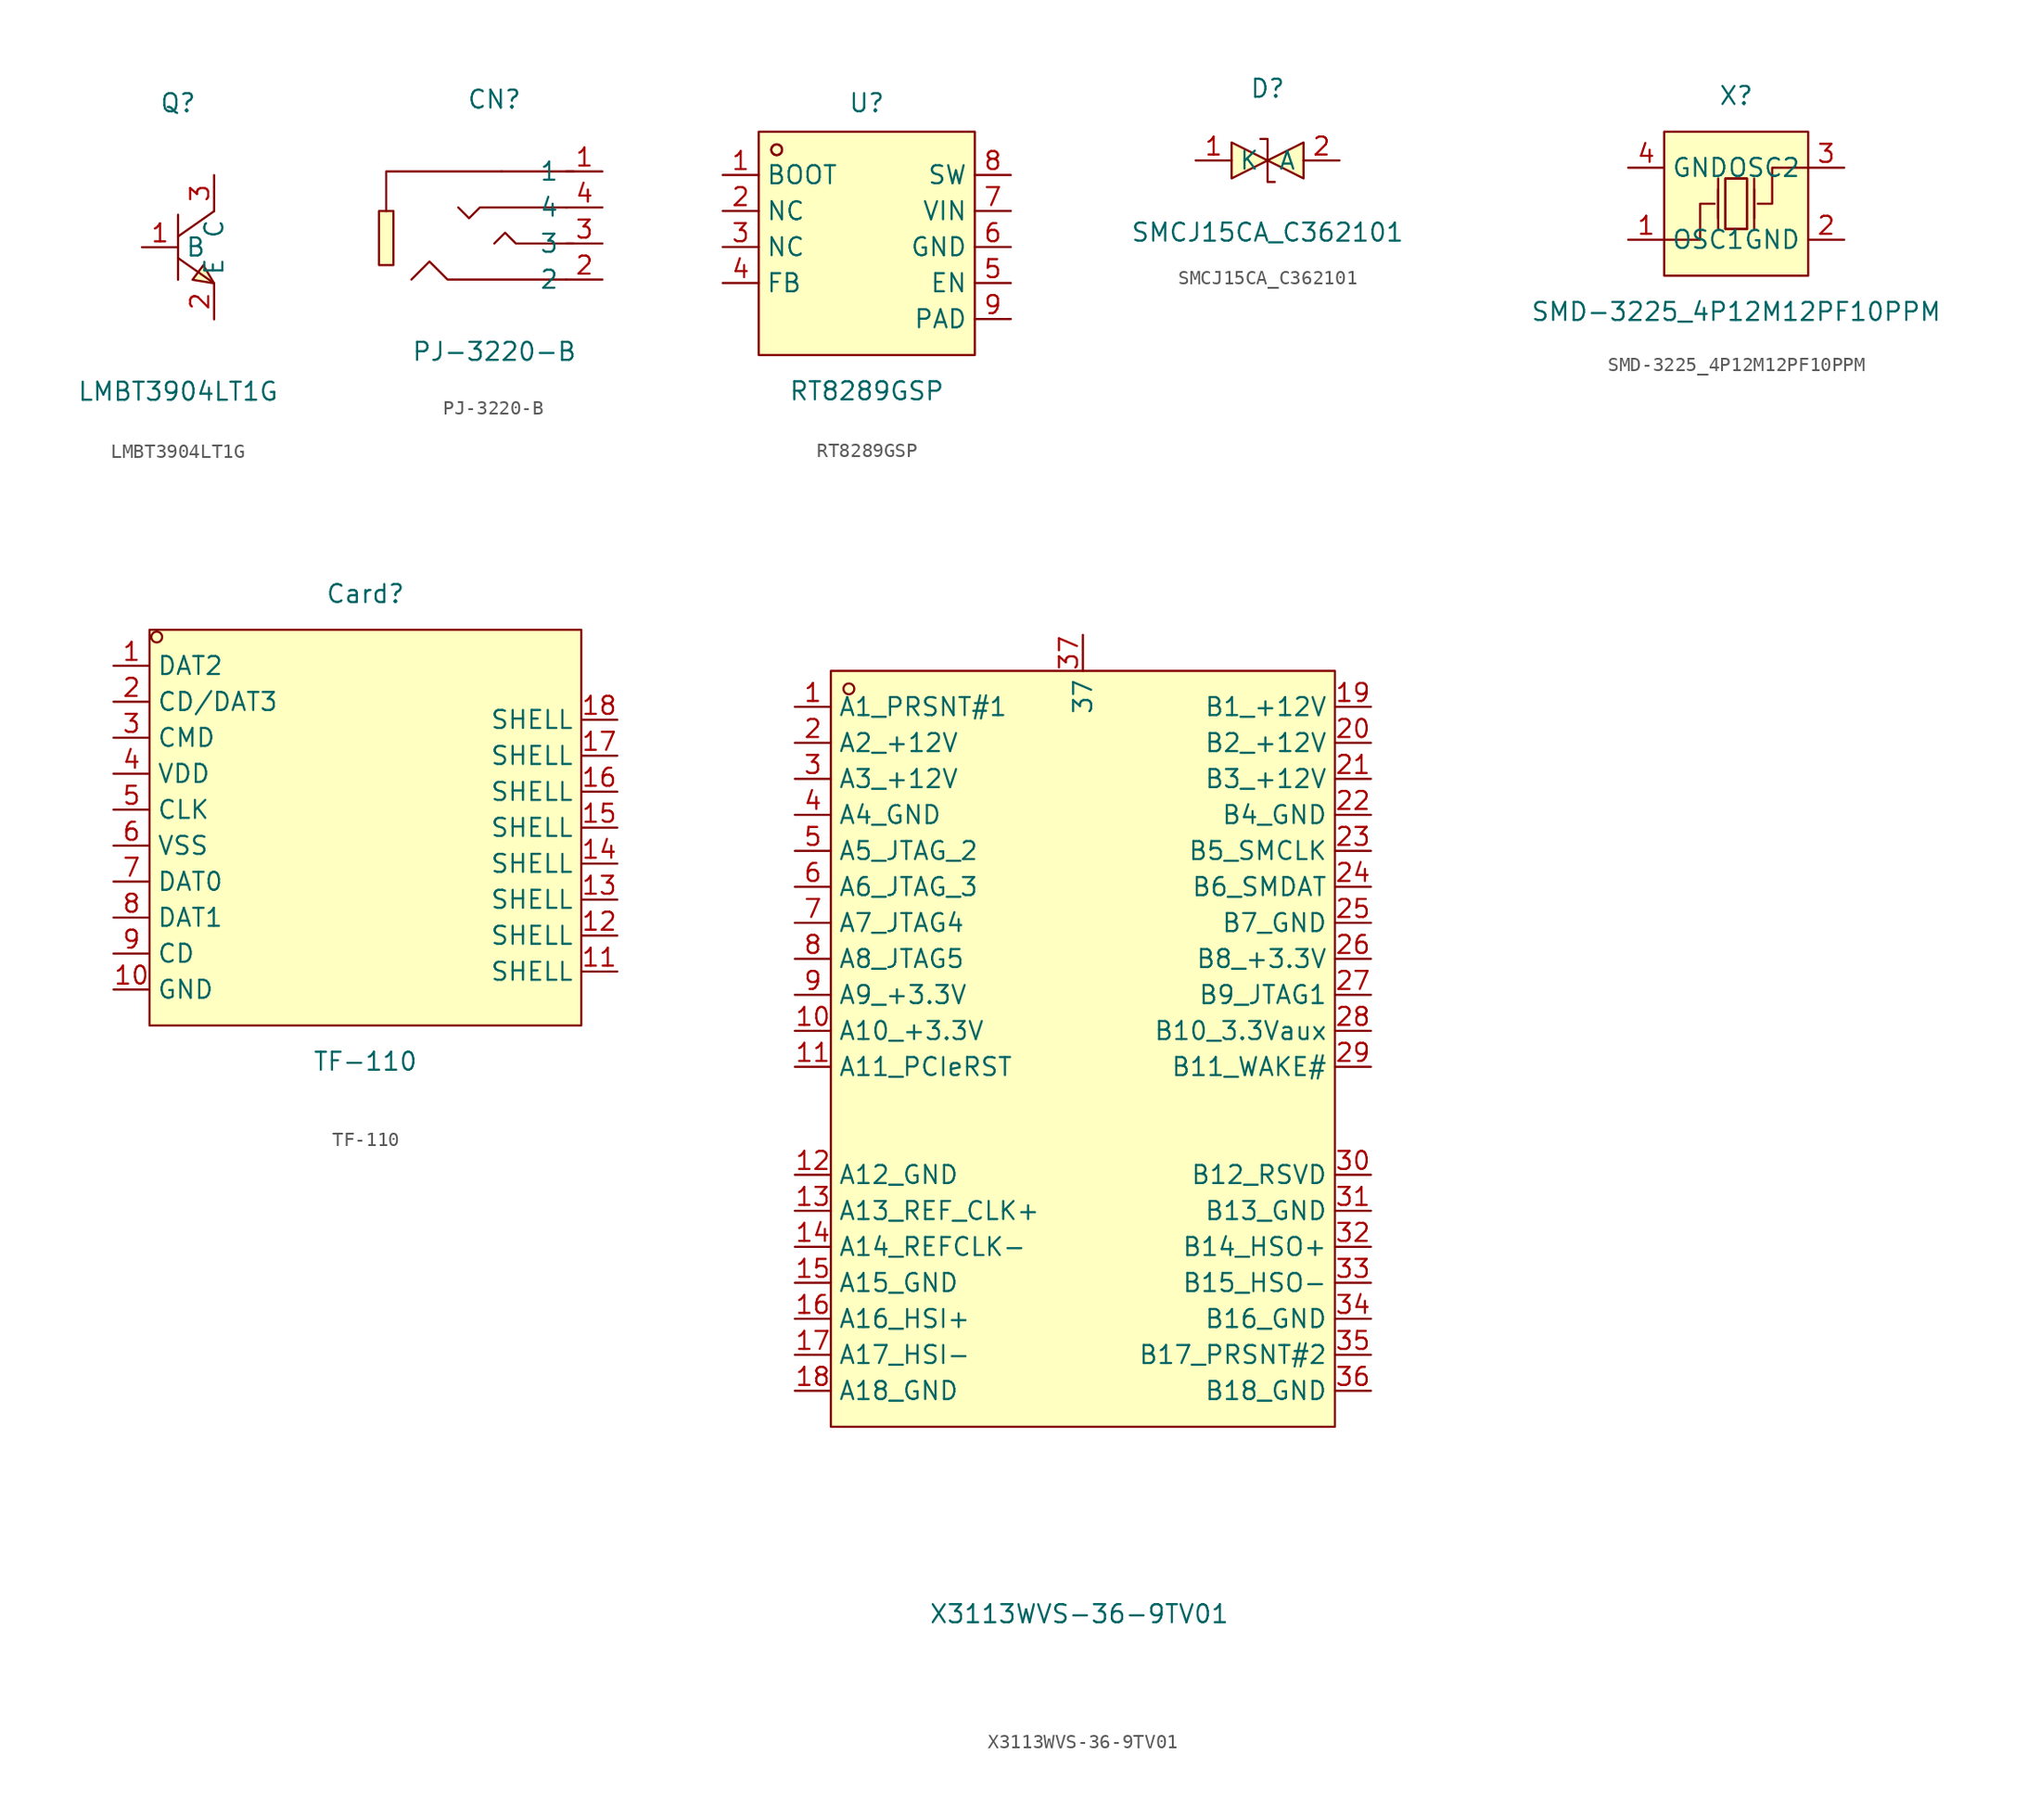
<source format=kicad_sym>
(kicad_symbol_lib
  (version 20241209)
  (generator "kicad_symbol_editor")
  (generator_version "9.0")
  (symbol "LMBT3904LT1G"
    (property "Reference" "Q"
      (at 0 10.16 0)
      (effects (font (size 1.27 1.27))))
    (property "Value" "LMBT3904LT1G"
      (at 0 -10.16 0)
      (effects (font (size 1.27 1.27))))
    (symbol "LMBT3904LT1G_0_1"
      (polyline (pts (xy 2.54 2.54) (xy 0.00 0.76)) (stroke (width 0) (type default) (color 0 0 0 0)) (fill (type none)))
      (polyline (pts (xy 0.00 -0.76) (xy 2.54 -2.54)) (stroke (width 0) (type default) (color 0 0 0 0)) (fill (type none)))
      (polyline (pts (xy 0.00 2.29) (xy 0.00 -2.29)) (stroke (width 0) (type default) (color 0 0 0 0)) (fill (type none)))
      (polyline (pts (xy 2.54 -2.54) (xy 1.78 -1.27) (xy 1.02 -2.29) (xy 2.54 -2.54)) (stroke (width 0) (type default) (color 0 0 0 0)) (fill (type background)))
      (pin unspecified line (at 2.54 5.08 270) (length 2.54) (name "C" (effects (font (size 1.27 1.27)))) (number "3" (effects (font (size 1.27 1.27)))))
      (pin unspecified line (at -2.54 -0.00 0) (length 2.54) (name "B" (effects (font (size 1.27 1.27)))) (number "1" (effects (font (size 1.27 1.27)))))
      (pin unspecified line (at 2.54 -5.08 90) (length 2.54) (name "E" (effects (font (size 1.27 1.27)))) (number "2" (effects (font (size 1.27 1.27)))))))
  (symbol "PJ-3220-B"
    (property "Reference" "CN"
      (at 0 8.89 0)
      (effects (font (size 1.27 1.27))))
    (property "Value" "PJ-3220-B"
      (at 0 -8.89 0)
      (effects (font (size 1.27 1.27))))
    (symbol "PJ-3220-B_0_1"
      (rectangle (start -8.13 1.02) (end -7.11 -2.79) (stroke (width 0) (type default)) (fill (type background)))
      (polyline (pts (xy 0.51 3.81) (xy -7.62 3.81) (xy -7.62 1.02)) (stroke (width 0) (type default)) (fill (type none)))
      (polyline (pts (xy 5.08 1.27) (xy -1.02 1.27) (xy -1.78 0.51) (xy -2.54 1.27)) (stroke (width 0) (type default)) (fill (type none)))
      (polyline (pts (xy 5.08 -3.81) (xy -3.3 -3.81) (xy -4.57 -2.54) (xy -5.84 -3.81)) (stroke (width 0) (type default)) (fill (type none)))
      (polyline (pts (xy 5.59 3.81) (xy 0.51 3.81)) (stroke (width 0) (type default)) (fill (type none)))
      (polyline (pts (xy 5.59 -1.27) (xy 1.52 -1.27) (xy 0.76 -0.51) (xy 0 -1.27)) (stroke (width 0) (type default)) (fill (type none)))
      (pin unspecified line (at 7.62 3.81 180) (length 2.54) (name "1" (effects (font (size 1.27 1.27)))) (number "1" (effects (font (size 1.27 1.27)))))
      (pin unspecified line (at 7.62 1.27 180) (length 2.54) (name "4" (effects (font (size 1.27 1.27)))) (number "4" (effects (font (size 1.27 1.27)))))
      (pin unspecified line (at 7.62 -1.27 180) (length 2.54) (name "3" (effects (font (size 1.27 1.27)))) (number "3" (effects (font (size 1.27 1.27)))))
      (pin unspecified line (at 7.62 -3.81 180) (length 2.54) (name "2" (effects (font (size 1.27 1.27)))) (number "2" (effects (font (size 1.27 1.27)))))))
  (symbol "RT8289GSP"
    (property "Reference" "U"
      (at 0 10.16 0)
      (effects (font (size 1.27 1.27))))
    (property "Value" "RT8289GSP"
      (at 0 -10.16 0)
      (effects (font (size 1.27 1.27))))
    (symbol "RT8289GSP_0_1"
      (rectangle (start -7.62 8.13) (end 7.62 -7.62) (stroke (width 0) (type default) (color 0 0 0 0)) (fill (type background)))
      (circle (center -6.35 6.86) (radius 0.38) (stroke (width 0) (type default) (color 0 0 0 0)) (fill (type none)))
      (circle (center -6.35 6.86) (radius 0.38) (stroke (width 0) (type default) (color 0 0 0 0)) (fill (type none)))
      (pin unspecified line (at -10.16 5.08 0) (length 2.54) (name "BOOT" (effects (font (size 1.27 1.27)))) (number "1" (effects (font (size 1.27 1.27)))))
      (pin unspecified line (at -10.16 2.54 0) (length 2.54) (name "NC" (effects (font (size 1.27 1.27)))) (number "2" (effects (font (size 1.27 1.27)))))
      (pin unspecified line (at -10.16 -0.00 0) (length 2.54) (name "NC" (effects (font (size 1.27 1.27)))) (number "3" (effects (font (size 1.27 1.27)))))
      (pin unspecified line (at -10.16 -2.54 0) (length 2.54) (name "FB" (effects (font (size 1.27 1.27)))) (number "4" (effects (font (size 1.27 1.27)))))
      (pin unspecified line (at 10.16 -2.54 180) (length 2.54) (name "EN" (effects (font (size 1.27 1.27)))) (number "5" (effects (font (size 1.27 1.27)))))
      (pin unspecified line (at 10.16 -0.00 180) (length 2.54) (name "GND" (effects (font (size 1.27 1.27)))) (number "6" (effects (font (size 1.27 1.27)))))
      (pin unspecified line (at 10.16 2.54 180) (length 2.54) (name "VIN" (effects (font (size 1.27 1.27)))) (number "7" (effects (font (size 1.27 1.27)))))
      (pin unspecified line (at 10.16 5.08 180) (length 2.54) (name "SW" (effects (font (size 1.27 1.27)))) (number "8" (effects (font (size 1.27 1.27)))))
      (pin unspecified line (at 10.16 -5.08 180) (length 2.54) (name "PAD" (effects (font (size 1.27 1.27)))) (number "9" (effects (font (size 1.27 1.27)))))))
  (symbol "SMCJ15CA_C362101"
    (property "Reference" "D"
      (at 0 5.08 0)
      (effects (font (size 1.27 1.27))))
    (property "Value" "SMCJ15CA_C362101"
      (at 0 -5.08 0)
      (effects (font (size 1.27 1.27))))
    (symbol "SMCJ15CA_C362101_0_1"
      (polyline (pts (xy -0.51 1.52) (xy -0.51 1.52) (xy 0.00 1.52) (xy 0.00 -1.52) (xy 0.51 -1.52) (xy 0.51 -1.52)) (stroke (width 0) (type default) (color 0 0 0 0)) (fill (type none)))
      (polyline (pts (xy -2.54 1.27) (xy 0.00 -0.00) (xy -2.54 -1.27) (xy -2.54 1.27)) (stroke (width 0) (type default) (color 0 0 0 0)) (fill (type background)))
      (polyline (pts (xy 2.54 1.27) (xy 0.00 -0.00) (xy 2.54 -1.27) (xy 2.54 1.27)) (stroke (width 0) (type default) (color 0 0 0 0)) (fill (type background)))
      (pin unspecified line (at 5.08 -0.00 180) (length 2.54) (name "A" (effects (font (size 1.27 1.27)))) (number "2" (effects (font (size 1.27 1.27)))))
      (pin unspecified line (at -5.08 -0.00 0) (length 2.54) (name "K" (effects (font (size 1.27 1.27)))) (number "1" (effects (font (size 1.27 1.27)))))))
  (symbol "SMD-3225_4P12M12PF10PPM"
    (property "Reference" "X"
      (at 0 7.62 0)
      (effects (font (size 1.27 1.27))))
    (property "Value" "SMD-3225_4P12M12PF10PPM"
      (at 0 -7.62 0)
      (effects (font (size 1.27 1.27))))
    (symbol "SMD-3225_4P12M12PF10PPM_0_1"
      (rectangle (start -5.08 5.08) (end 5.08 -5.08) (stroke (width 0) (type default)) (fill (type background)))
      (polyline (pts (xy -5.08 -2.54) (xy -2.54 -2.54) (xy -2.54 0) (xy -1.52 0)) (stroke (width 0) (type default)) (fill (type none)))
      (polyline (pts (xy -1.27 -1.02) (xy -1.27 1.02)) (stroke (width 0) (type default)) (fill (type none)))
      (polyline (pts (xy -1.27 -1.78) (xy -1.27 1.78)) (stroke (width 0) (type default)) (fill (type none)))
      (polyline (pts (xy -0.76 -1.78) (xy -0.76 1.78) (xy 0.76 1.78) (xy 0.76 -1.78)) (stroke (width 0) (type default)) (fill (type none)))
      (polyline (pts (xy 0.76 1.78) (xy 0.76 -1.78) (xy -0.76 -1.78) (xy -0.76 1.78) (xy 0.76 1.78)) (stroke (width 0) (type default)) (fill (type background)))
      (polyline (pts (xy 0.76 -1.78) (xy -0.76 -1.78)) (stroke (width 0) (type default)) (fill (type none)))
      (polyline (pts (xy 1.27 -1.02) (xy 1.27 1.02)) (stroke (width 0) (type default)) (fill (type none)))
      (polyline (pts (xy 1.27 -1.78) (xy 1.27 1.78)) (stroke (width 0) (type default)) (fill (type none)))
      (polyline (pts (xy 5.08 2.54) (xy 2.54 2.54) (xy 2.54 0) (xy 1.52 0)) (stroke (width 0) (type default)) (fill (type none)))
      (pin unspecified line (at -7.62 2.54 0) (length 2.54) (name "GND" (effects (font (size 1.27 1.27)))) (number "4" (effects (font (size 1.27 1.27)))))
      (pin unspecified line (at -7.62 -2.54 0) (length 2.54) (name "OSC1" (effects (font (size 1.27 1.27)))) (number "1" (effects (font (size 1.27 1.27)))))
      (pin unspecified line (at 7.62 2.54 180) (length 2.54) (name "OSC2" (effects (font (size 1.27 1.27)))) (number "3" (effects (font (size 1.27 1.27)))))
      (pin unspecified line (at 7.62 -2.54 180) (length 2.54) (name "GND" (effects (font (size 1.27 1.27)))) (number "2" (effects (font (size 1.27 1.27)))))))
  (symbol "TF-110"
    (property "Reference" "Card"
      (at 0 16.51 0)
      (effects (font (size 1.27 1.27))))
    (property "Value" "TF-110"
      (at 0 -16.51 0)
      (effects (font (size 1.27 1.27))))
    (symbol "TF-110_0_1"
      (rectangle (start -15.24 13.97) (end 15.24 -13.97) (stroke (width 0) (type default)) (fill (type background)))
      (circle (center -14.73 13.46) (radius 0.38) (stroke (width 0) (type default)) (fill (type none)))
      (pin unspecified line (at -17.78 11.43 0) (length 2.54) (name "DAT2" (effects (font (size 1.27 1.27)))) (number "1" (effects (font (size 1.27 1.27)))))
      (pin unspecified line (at -17.78 8.89 0) (length 2.54) (name "CD/DAT3" (effects (font (size 1.27 1.27)))) (number "2" (effects (font (size 1.27 1.27)))))
      (pin unspecified line (at -17.78 6.35 0) (length 2.54) (name "CMD" (effects (font (size 1.27 1.27)))) (number "3" (effects (font (size 1.27 1.27)))))
      (pin unspecified line (at -17.78 3.81 0) (length 2.54) (name "VDD" (effects (font (size 1.27 1.27)))) (number "4" (effects (font (size 1.27 1.27)))))
      (pin unspecified line (at -17.78 1.27 0) (length 2.54) (name "CLK" (effects (font (size 1.27 1.27)))) (number "5" (effects (font (size 1.27 1.27)))))
      (pin unspecified line (at -17.78 -1.27 0) (length 2.54) (name "VSS" (effects (font (size 1.27 1.27)))) (number "6" (effects (font (size 1.27 1.27)))))
      (pin unspecified line (at -17.78 -3.81 0) (length 2.54) (name "DAT0" (effects (font (size 1.27 1.27)))) (number "7" (effects (font (size 1.27 1.27)))))
      (pin unspecified line (at -17.78 -6.35 0) (length 2.54) (name "DAT1" (effects (font (size 1.27 1.27)))) (number "8" (effects (font (size 1.27 1.27)))))
      (pin unspecified line (at -17.78 -8.89 0) (length 2.54) (name "CD" (effects (font (size 1.27 1.27)))) (number "9" (effects (font (size 1.27 1.27)))))
      (pin unspecified line (at -17.78 -11.43 0) (length 2.54) (name "GND" (effects (font (size 1.27 1.27)))) (number "10" (effects (font (size 1.27 1.27)))))
      (pin unspecified line (at 17.78 7.62 180) (length 2.54) (name "SHELL" (effects (font (size 1.27 1.27)))) (number "18" (effects (font (size 1.27 1.27)))))
      (pin unspecified line (at 17.78 5.08 180) (length 2.54) (name "SHELL" (effects (font (size 1.27 1.27)))) (number "17" (effects (font (size 1.27 1.27)))))
      (pin unspecified line (at 17.78 2.54 180) (length 2.54) (name "SHELL" (effects (font (size 1.27 1.27)))) (number "16" (effects (font (size 1.27 1.27)))))
      (pin unspecified line (at 17.78 0 180) (length 2.54) (name "SHELL" (effects (font (size 1.27 1.27)))) (number "15" (effects (font (size 1.27 1.27)))))
      (pin unspecified line (at 17.78 -2.54 180) (length 2.54) (name "SHELL" (effects (font (size 1.27 1.27)))) (number "14" (effects (font (size 1.27 1.27)))))
      (pin unspecified line (at 17.78 -5.08 180) (length 2.54) (name "SHELL" (effects (font (size 1.27 1.27)))) (number "13" (effects (font (size 1.27 1.27)))))
      (pin unspecified line (at 17.78 -7.62 180) (length 2.54) (name "SHELL" (effects (font (size 1.27 1.27)))) (number "12" (effects (font (size 1.27 1.27)))))
      (pin unspecified line (at 17.78 -10.16 180) (length 2.54) (name "SHELL" (effects (font (size 1.27 1.27)))) (number "11" (effects (font (size 1.27 1.27)))))))
  (symbol "X3113WVS-36-9TV01"
    (property "Reference" "U"
      (at 0 31.75 0)
      (effects (font (size 1.27 1.27)) (hide yes)))
    (property "Value" "X3113WVS-36-9TV01"
      (at -0.254 -41.148 0)
      (effects (font (size 1.27 1.27))))
    (symbol "X3113WVS-36-9TV01_0_1"
      (rectangle (start -17.78 25.4) (end 17.78 -27.94) (stroke (width 0) (type default)) (fill (type background)))
      (circle (center -16.51 24.13) (radius 0.38) (stroke (width 0) (type default)) (fill (type none)))
      (pin unspecified line (at 0 27.94 270) (length 2.54) (name "37" (effects (font (size 1.27 1.27)))) (number "37" (effects (font (size 1.27 1.27))))))
    (symbol "X3113WVS-36-9TV01_1_1"
      (pin unspecified line (at -20.32 22.86 0) (length 2.54) (name "A1_PRSNT#1" (effects (font (size 1.27 1.27)))) (number "1" (effects (font (size 1.27 1.27)))))
      (pin unspecified line (at -20.32 20.32 0) (length 2.54) (name "A2_+12V" (effects (font (size 1.27 1.27)))) (number "2" (effects (font (size 1.27 1.27)))))
      (pin unspecified line (at -20.32 17.78 0) (length 2.54) (name "A3_+12V" (effects (font (size 1.27 1.27)))) (number "3" (effects (font (size 1.27 1.27)))))
      (pin unspecified line (at -20.32 15.24 0) (length 2.54) (name "A4_GND" (effects (font (size 1.27 1.27)))) (number "4" (effects (font (size 1.27 1.27)))))
      (pin unspecified line (at -20.32 12.7 0) (length 2.54) (name "A5_JTAG_2" (effects (font (size 1.27 1.27)))) (number "5" (effects (font (size 1.27 1.27)))))
      (pin unspecified line (at -20.32 10.16 0) (length 2.54) (name "A6_JTAG_3" (effects (font (size 1.27 1.27)))) (number "6" (effects (font (size 1.27 1.27)))))
      (pin unspecified line (at -20.32 7.62 0) (length 2.54) (name "A7_JTAG4" (effects (font (size 1.27 1.27)))) (number "7" (effects (font (size 1.27 1.27)))))
      (pin unspecified line (at -20.32 5.08 0) (length 2.54) (name "A8_JTAG5" (effects (font (size 1.27 1.27)))) (number "8" (effects (font (size 1.27 1.27)))))
      (pin unspecified line (at -20.32 2.54 0) (length 2.54) (name "A9_+3.3V" (effects (font (size 1.27 1.27)))) (number "9" (effects (font (size 1.27 1.27)))))
      (pin unspecified line (at -20.32 0 0) (length 2.54) (name "A10_+3.3V" (effects (font (size 1.27 1.27)))) (number "10" (effects (font (size 1.27 1.27)))))
      (pin unspecified line (at -20.32 -2.54 0) (length 2.54) (name "A11_PCIeRST" (effects (font (size 1.27 1.27)))) (number "11" (effects (font (size 1.27 1.27)))))
      (pin unspecified line (at -20.32 -10.16 0) (length 2.54) (name "A12_GND" (effects (font (size 1.27 1.27)))) (number "12" (effects (font (size 1.27 1.27)))))
      (pin unspecified line (at -20.32 -12.7 0) (length 2.54) (name "A13_REF_CLK+" (effects (font (size 1.27 1.27)))) (number "13" (effects (font (size 1.27 1.27)))))
      (pin unspecified line (at -20.32 -15.24 0) (length 2.54) (name "A14_REFCLK-" (effects (font (size 1.27 1.27)))) (number "14" (effects (font (size 1.27 1.27)))))
      (pin unspecified line (at -20.32 -17.78 0) (length 2.54) (name "A15_GND" (effects (font (size 1.27 1.27)))) (number "15" (effects (font (size 1.27 1.27)))))
      (pin unspecified line (at -20.32 -20.32 0) (length 2.54) (name "A16_HSI+" (effects (font (size 1.27 1.27)))) (number "16" (effects (font (size 1.27 1.27)))))
      (pin unspecified line (at -20.32 -22.86 0) (length 2.54) (name "A17_HSI-" (effects (font (size 1.27 1.27)))) (number "17" (effects (font (size 1.27 1.27)))))
      (pin unspecified line (at -20.32 -25.4 0) (length 2.54) (name "A18_GND" (effects (font (size 1.27 1.27)))) (number "18" (effects (font (size 1.27 1.27)))))
      (pin unspecified line (at 20.32 22.86 180) (length 2.54) (name "B1_+12V" (effects (font (size 1.27 1.27)))) (number "19" (effects (font (size 1.27 1.27)))))
      (pin unspecified line (at 20.32 20.32 180) (length 2.54) (name "B2_+12V" (effects (font (size 1.27 1.27)))) (number "20" (effects (font (size 1.27 1.27)))))
      (pin unspecified line (at 20.32 17.78 180) (length 2.54) (name "B3_+12V" (effects (font (size 1.27 1.27)))) (number "21" (effects (font (size 1.27 1.27)))))
      (pin unspecified line (at 20.32 15.24 180) (length 2.54) (name "B4_GND" (effects (font (size 1.27 1.27)))) (number "22" (effects (font (size 1.27 1.27)))))
      (pin unspecified line (at 20.32 12.7 180) (length 2.54) (name "B5_SMCLK" (effects (font (size 1.27 1.27)))) (number "23" (effects (font (size 1.27 1.27)))))
      (pin unspecified line (at 20.32 10.16 180) (length 2.54) (name "B6_SMDAT" (effects (font (size 1.27 1.27)))) (number "24" (effects (font (size 1.27 1.27)))))
      (pin unspecified line (at 20.32 7.62 180) (length 2.54) (name "B7_GND" (effects (font (size 1.27 1.27)))) (number "25" (effects (font (size 1.27 1.27)))))
      (pin unspecified line (at 20.32 5.08 180) (length 2.54) (name "B8_+3.3V" (effects (font (size 1.27 1.27)))) (number "26" (effects (font (size 1.27 1.27)))))
      (pin unspecified line (at 20.32 2.54 180) (length 2.54) (name "B9_JTAG1" (effects (font (size 1.27 1.27)))) (number "27" (effects (font (size 1.27 1.27)))))
      (pin unspecified line (at 20.32 0 180) (length 2.54) (name "B10_3.3Vaux" (effects (font (size 1.27 1.27)))) (number "28" (effects (font (size 1.27 1.27)))))
      (pin unspecified line (at 20.32 -2.54 180) (length 2.54) (name "B11_WAKE#" (effects (font (size 1.27 1.27)))) (number "29" (effects (font (size 1.27 1.27)))))
      (pin unspecified line (at 20.32 -10.16 180) (length 2.54) (name "B12_RSVD" (effects (font (size 1.27 1.27)))) (number "30" (effects (font (size 1.27 1.27)))))
      (pin unspecified line (at 20.32 -12.7 180) (length 2.54) (name "B13_GND" (effects (font (size 1.27 1.27)))) (number "31" (effects (font (size 1.27 1.27)))))
      (pin unspecified line (at 20.32 -15.24 180) (length 2.54) (name "B14_HSO+" (effects (font (size 1.27 1.27)))) (number "32" (effects (font (size 1.27 1.27)))))
      (pin unspecified line (at 20.32 -17.78 180) (length 2.54) (name "B15_HSO-" (effects (font (size 1.27 1.27)))) (number "33" (effects (font (size 1.27 1.27)))))
      (pin unspecified line (at 20.32 -20.32 180) (length 2.54) (name "B16_GND" (effects (font (size 1.27 1.27)))) (number "34" (effects (font (size 1.27 1.27)))))
      (pin unspecified line (at 20.32 -22.86 180) (length 2.54) (name "B17_PRSNT#2" (effects (font (size 1.27 1.27)))) (number "35" (effects (font (size 1.27 1.27)))))
      (pin unspecified line (at 20.32 -25.4 180) (length 2.54) (name "B18_GND" (effects (font (size 1.27 1.27)))) (number "36" (effects (font (size 1.27 1.27))))))))
</source>
